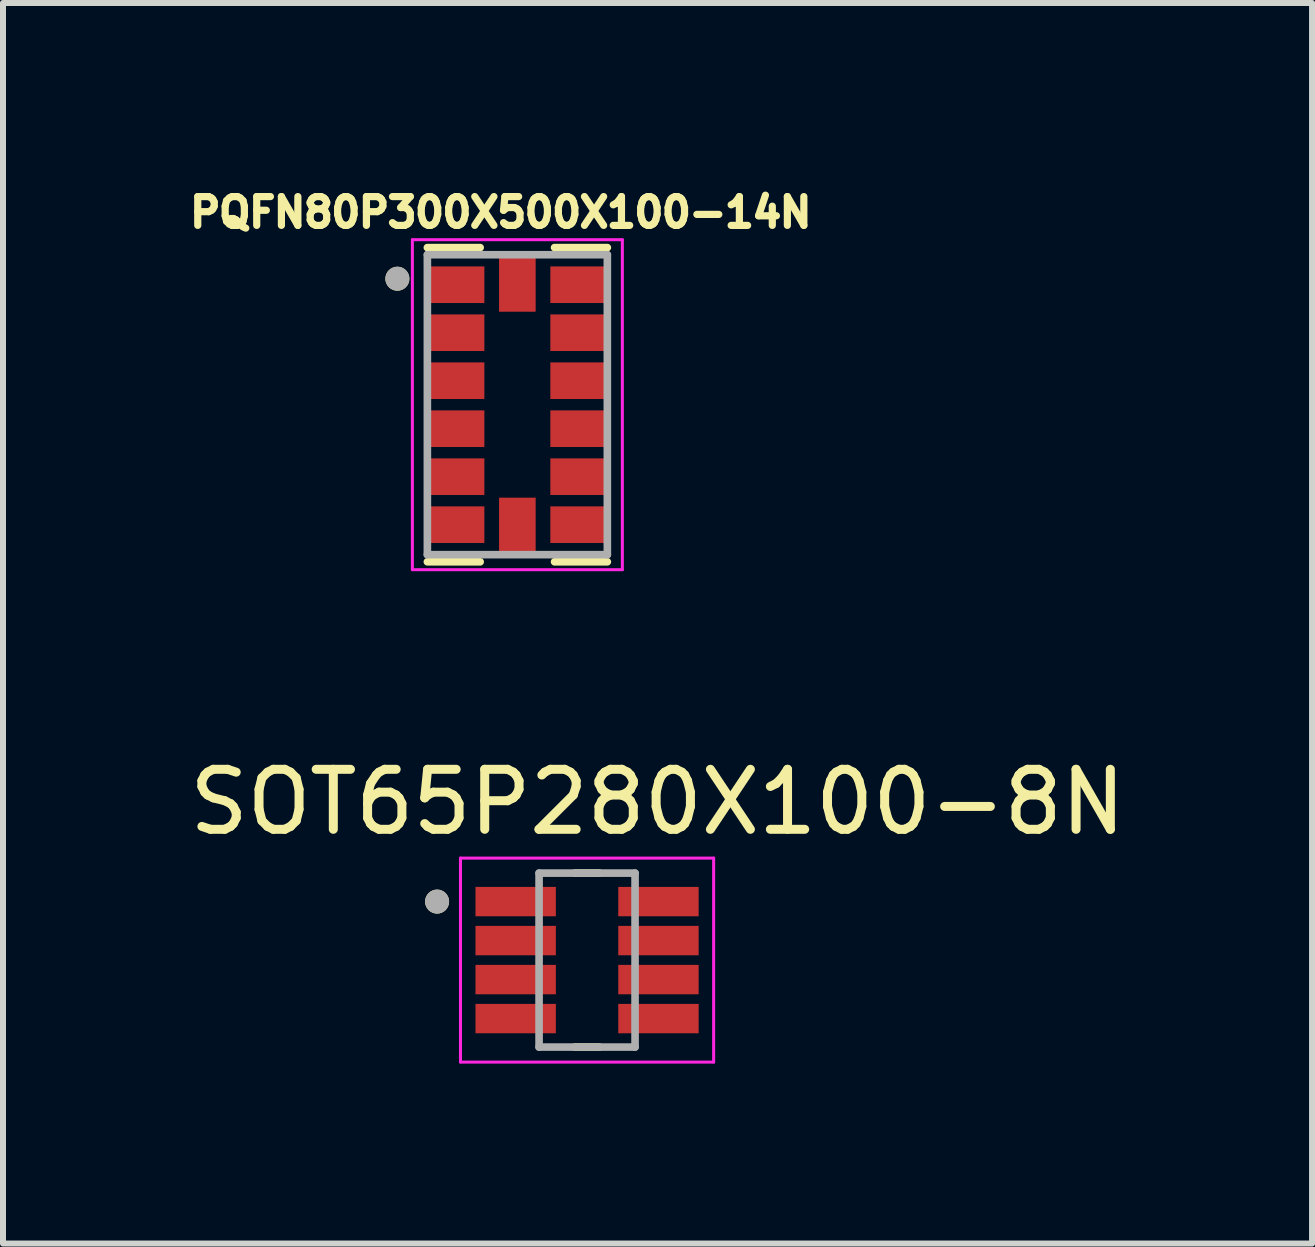
<source format=kicad_pcb>
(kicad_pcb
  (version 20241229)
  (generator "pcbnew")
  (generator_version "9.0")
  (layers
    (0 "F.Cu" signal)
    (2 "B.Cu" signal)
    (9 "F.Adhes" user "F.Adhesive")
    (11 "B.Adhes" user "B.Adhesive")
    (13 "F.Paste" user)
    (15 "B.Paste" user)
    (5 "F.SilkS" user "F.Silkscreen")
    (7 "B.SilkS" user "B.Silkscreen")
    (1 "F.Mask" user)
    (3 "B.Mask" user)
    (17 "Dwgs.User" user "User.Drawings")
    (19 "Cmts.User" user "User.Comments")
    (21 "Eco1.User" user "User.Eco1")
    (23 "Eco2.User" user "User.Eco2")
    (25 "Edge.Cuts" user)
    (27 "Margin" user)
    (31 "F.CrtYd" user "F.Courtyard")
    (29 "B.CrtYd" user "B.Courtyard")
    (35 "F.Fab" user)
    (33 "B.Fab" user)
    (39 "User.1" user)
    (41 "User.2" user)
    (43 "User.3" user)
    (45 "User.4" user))
  (footprint "SOT65P280X100-8N"
    (layer "F.Cu")
    (at 6.736 12.954)
    (property "Reference" "SOT65P280X100-8N" (at 1.175 -2.635 0) (layer "F.SilkS") (effects (font (size 1 1) (thickness 0.15))))
    (attr smd)
    (fp_poly (pts (xy -1.91 -1.27) (xy -0.47 -1.27) (xy -0.47 -0.68) (xy -1.91 -0.68)) (stroke (width 0.01) (type solid)) (fill yes) (layer "F.Mask"))
    (fp_poly (pts (xy -1.91 -0.62) (xy -0.47 -0.62) (xy -0.47 -0.03) (xy -1.91 -0.03)) (stroke (width 0.01) (type solid)) (fill yes) (layer "F.Mask"))
    (fp_poly (pts (xy -1.91 0.03) (xy -0.47 0.03) (xy -0.47 0.62) (xy -1.91 0.62)) (stroke (width 0.01) (type solid)) (fill yes) (layer "F.Mask"))
    (fp_poly (pts (xy -1.91 0.68) (xy -0.47 0.68) (xy -0.47 1.27) (xy -1.91 1.27)) (stroke (width 0.01) (type solid)) (fill yes) (layer "F.Mask"))
    (fp_poly (pts (xy 0.47 -1.27) (xy 1.91 -1.27) (xy 1.91 -0.68) (xy 0.47 -0.68)) (stroke (width 0.01) (type solid)) (fill yes) (layer "F.Mask"))
    (fp_poly (pts (xy 0.47 -0.62) (xy 1.91 -0.62) (xy 1.91 -0.03) (xy 0.47 -0.03)) (stroke (width 0.01) (type solid)) (fill yes) (layer "F.Mask"))
    (fp_poly (pts (xy 0.47 0.03) (xy 1.91 0.03) (xy 1.91 0.62) (xy 0.47 0.62)) (stroke (width 0.01) (type solid)) (fill yes) (layer "F.Mask"))
    (fp_poly (pts (xy 0.47 0.68) (xy 1.91 0.68) (xy 1.91 1.27) (xy 0.47 1.27)) (stroke (width 0.01) (type solid)) (fill yes) (layer "F.Mask"))
    (fp_line (start -0.205 -1.45) (end 0.205 -1.45) (stroke (width 0.127) (type solid)) (layer "F.SilkS"))
    (fp_line (start -0.205 1.45) (end 0.205 1.45) (stroke (width 0.127) (type solid)) (layer "F.SilkS"))
    (fp_circle (center -2.5 -0.975) (end -2.4 -0.975) (stroke (width 0.2) (type solid)) (fill no) (layer "F.SilkS"))
    (fp_line (start -2.11 -1.7) (end -2.11 1.7) (stroke (width 0.05) (type solid)) (layer "F.CrtYd"))
    (fp_line (start -2.11 1.7) (end 2.11 1.7) (stroke (width 0.05) (type solid)) (layer "F.CrtYd"))
    (fp_line (start 2.11 -1.7) (end -2.11 -1.7) (stroke (width 0.05) (type solid)) (layer "F.CrtYd"))
    (fp_line (start 2.11 1.7) (end 2.11 -1.7) (stroke (width 0.05) (type solid)) (layer "F.CrtYd"))
    (fp_line (start -0.8 -1.45) (end 0.8 -1.45) (stroke (width 0.127) (type solid)) (layer "F.Fab"))
    (fp_line (start -0.8 1.45) (end -0.8 -1.45) (stroke (width 0.127) (type solid)) (layer "F.Fab"))
    (fp_line (start 0.8 -1.45) (end 0.8 1.45) (stroke (width 0.127) (type solid)) (layer "F.Fab"))
    (fp_line (start 0.8 1.45) (end -0.8 1.45) (stroke (width 0.127) (type solid)) (layer "F.Fab"))
    (fp_circle (center -2.5 -0.975) (end -2.4 -0.975) (stroke (width 0.2) (type solid)) (fill no) (layer "F.Fab"))
    (pad "1" smd rect (at -1.19 -0.975) (size 1.34 0.49) (layers "F.Cu" "F.Paste"))
    (pad "2" smd rect (at -1.19 -0.325) (size 1.34 0.49) (layers "F.Cu" "F.Paste"))
    (pad "3" smd rect (at -1.19 0.325) (size 1.34 0.49) (layers "F.Cu" "F.Paste"))
    (pad "4" smd rect (at -1.19 0.975) (size 1.34 0.49) (layers "F.Cu" "F.Paste"))
    (pad "5" smd rect (at 1.19 0.975) (size 1.34 0.49) (layers "F.Cu" "F.Paste"))
    (pad "6" smd rect (at 1.19 0.325) (size 1.34 0.49) (layers "F.Cu" "F.Paste"))
    (pad "7" smd rect (at 1.19 -0.325) (size 1.34 0.49) (layers "F.Cu" "F.Paste"))
    (pad "8" smd rect (at 1.19 -0.975) (size 1.34 0.49) (layers "F.Cu" "F.Paste")))
  (footprint "PQFN80P300X500X100-14N"
    (layer "F.Cu")
    (at 5.574 3.696)
    (property "Reference" "PQFN80P300X500X100-14N" (at -0.276 -3.205 0) (layer "F.SilkS") (effects (font (size 0.48 0.48) (thickness 0.15))))
    (attr smd)
    (fp_line (start -1.5 -2.619) (end -0.62 -2.619) (stroke (width 0.127) (type solid)) (layer "F.SilkS"))
    (fp_line (start -1.5 2.619) (end -0.62 2.619) (stroke (width 0.127) (type solid)) (layer "F.SilkS"))
    (fp_line (start 0.62 -2.619) (end 1.5 -2.619) (stroke (width 0.127) (type solid)) (layer "F.SilkS"))
    (fp_line (start 0.62 2.619) (end 1.5 2.619) (stroke (width 0.127) (type solid)) (layer "F.SilkS"))
    (fp_circle (center -2 -2.1) (end -1.9 -2.1) (stroke (width 0.2) (type solid)) (fill no) (layer "F.SilkS"))
    (fp_line (start -1.75 -2.75) (end 1.75 -2.75) (stroke (width 0.05) (type solid)) (layer "F.CrtYd"))
    (fp_line (start -1.75 2.75) (end -1.75 -2.75) (stroke (width 0.05) (type solid)) (layer "F.CrtYd"))
    (fp_line (start 1.75 -2.75) (end 1.75 2.75) (stroke (width 0.05) (type solid)) (layer "F.CrtYd"))
    (fp_line (start 1.75 2.75) (end -1.75 2.75) (stroke (width 0.05) (type solid)) (layer "F.CrtYd"))
    (fp_line (start -1.5 -2.5) (end 1.5 -2.5) (stroke (width 0.127) (type solid)) (layer "F.Fab"))
    (fp_line (start -1.5 2.5) (end -1.5 -2.5) (stroke (width 0.127) (type solid)) (layer "F.Fab"))
    (fp_line (start 1.5 -2.5) (end 1.5 2.5) (stroke (width 0.127) (type solid)) (layer "F.Fab"))
    (fp_line (start 1.5 2.5) (end -1.5 2.5) (stroke (width 0.127) (type solid)) (layer "F.Fab"))
    (fp_circle (center -2 -2.1) (end -1.9 -2.1) (stroke (width 0.2) (type solid)) (fill no) (layer "F.Fab"))
    (pad "1" smd rect (at -1.01 -2) (size 0.92 0.61) (layers "F.Cu" "F.Mask" "F.Paste"))
    (pad "2" smd rect (at -1.01 -1.2) (size 0.92 0.61) (layers "F.Cu" "F.Mask" "F.Paste"))
    (pad "3" smd rect (at -1.01 -0.4) (size 0.92 0.61) (layers "F.Cu" "F.Mask" "F.Paste"))
    (pad "4" smd rect (at -1.01 0.4) (size 0.92 0.61) (layers "F.Cu" "F.Mask" "F.Paste"))
    (pad "5" smd rect (at -1.01 1.2) (size 0.92 0.61) (layers "F.Cu" "F.Mask" "F.Paste"))
    (pad "6" smd rect (at -1.01 2) (size 0.92 0.61) (layers "F.Cu" "F.Mask" "F.Paste"))
    (pad "7" smd rect (at 0 2.01) (size 0.61 0.92) (layers "F.Cu" "F.Mask" "F.Paste"))
    (pad "8" smd rect (at 1.01 2) (size 0.92 0.61) (layers "F.Cu" "F.Mask" "F.Paste"))
    (pad "9" smd rect (at 1.01 1.2) (size 0.92 0.61) (layers "F.Cu" "F.Mask" "F.Paste"))
    (pad "10" smd rect (at 1.01 0.4) (size 0.92 0.61) (layers "F.Cu" "F.Mask" "F.Paste"))
    (pad "11" smd rect (at 1.01 -0.4) (size 0.92 0.61) (layers "F.Cu" "F.Mask" "F.Paste"))
    (pad "12" smd rect (at 1.01 -1.2) (size 0.92 0.61) (layers "F.Cu" "F.Mask" "F.Paste"))
    (pad "13" smd rect (at 1.01 -2) (size 0.92 0.61) (layers "F.Cu" "F.Mask" "F.Paste"))
    (pad "14" smd rect (at 0 -2.01) (size 0.61 0.92) (layers "F.Cu" "F.Mask" "F.Paste")))
  (gr_rect
    (start -3 -3)
    (end 18.821 17.679)
    (stroke (width 0.1) (type default))
    (fill no)
    (layer "Edge.Cuts")))
</source>
